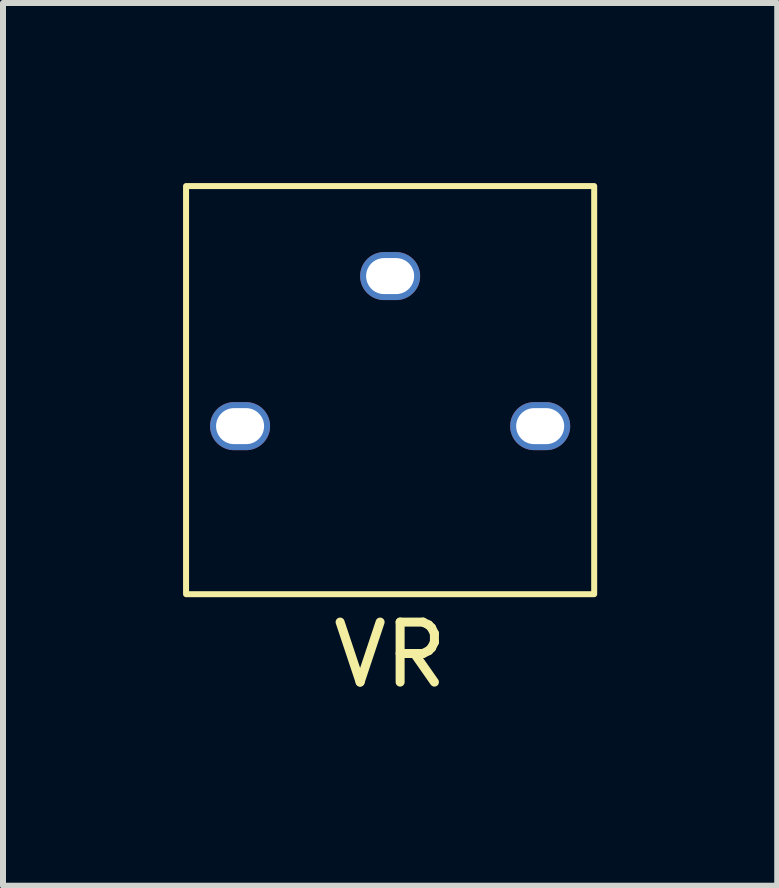
<source format=kicad_pcb>
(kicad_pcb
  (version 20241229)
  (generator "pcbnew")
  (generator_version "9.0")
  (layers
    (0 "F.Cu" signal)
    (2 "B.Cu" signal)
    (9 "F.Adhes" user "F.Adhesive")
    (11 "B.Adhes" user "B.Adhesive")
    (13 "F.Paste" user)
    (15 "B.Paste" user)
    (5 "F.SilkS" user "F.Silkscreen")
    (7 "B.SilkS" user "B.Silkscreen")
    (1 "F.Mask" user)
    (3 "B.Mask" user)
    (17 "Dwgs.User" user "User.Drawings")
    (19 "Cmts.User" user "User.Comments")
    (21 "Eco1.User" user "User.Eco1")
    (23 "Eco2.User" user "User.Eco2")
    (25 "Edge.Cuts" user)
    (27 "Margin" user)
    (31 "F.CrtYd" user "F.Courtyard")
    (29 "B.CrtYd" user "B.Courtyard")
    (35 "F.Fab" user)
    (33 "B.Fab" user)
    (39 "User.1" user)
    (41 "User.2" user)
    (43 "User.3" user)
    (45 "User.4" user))
  (footprint "VR"
    (layer "F.Cu")
    (at 3.45 4.05)
    (property "Reference" "VR" (at 0 3.81 0) (unlocked yes) (layer "F.SilkS") (effects (font (size 1 1) (thickness 0.15))))
    (attr through_hole)
    (fp_rect (start -3.4 -4) (end 3.4 2.8) (stroke (width 0.1) (type default)) (fill no) (layer "F.SilkS"))
    (pad "A" thru_hole oval (at 2.5 0) (size 1 0.8) (drill oval 0.8 0.6) (layers "*.Cu" "*.Mask"))
    (pad "B" thru_hole oval (at -2.5 0) (size 1 0.8) (drill oval 0.8 0.6) (layers "*.Cu" "*.Mask"))
    (pad "C" thru_hole oval (at 0 -2.5) (size 1 0.8) (drill oval 0.8 0.6) (layers "*.Cu" "*.Mask")))
  (gr_rect
    (start -3 -3)
    (end 9.9 11.708)
    (stroke (width 0.1) (type default))
    (fill no)
    (layer "Edge.Cuts")))
</source>
